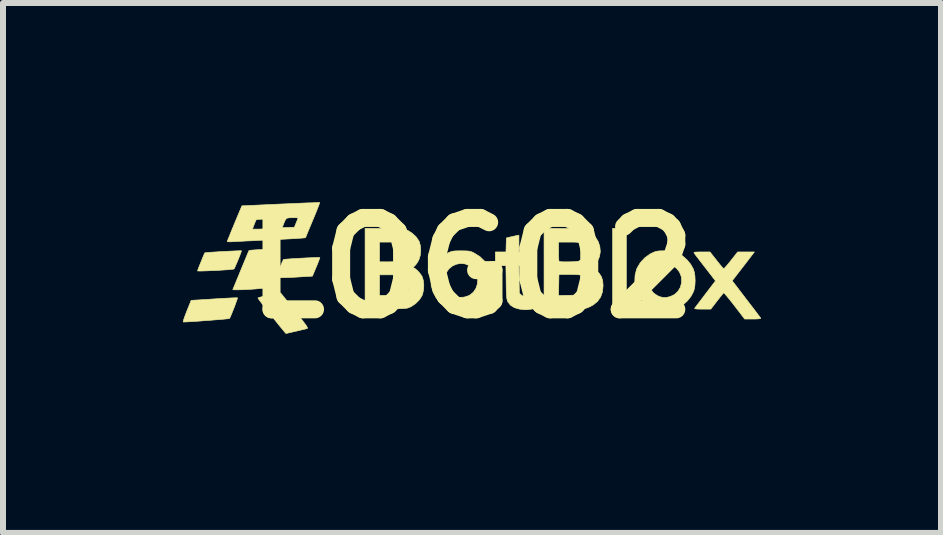
<source format=kicad_pcb>
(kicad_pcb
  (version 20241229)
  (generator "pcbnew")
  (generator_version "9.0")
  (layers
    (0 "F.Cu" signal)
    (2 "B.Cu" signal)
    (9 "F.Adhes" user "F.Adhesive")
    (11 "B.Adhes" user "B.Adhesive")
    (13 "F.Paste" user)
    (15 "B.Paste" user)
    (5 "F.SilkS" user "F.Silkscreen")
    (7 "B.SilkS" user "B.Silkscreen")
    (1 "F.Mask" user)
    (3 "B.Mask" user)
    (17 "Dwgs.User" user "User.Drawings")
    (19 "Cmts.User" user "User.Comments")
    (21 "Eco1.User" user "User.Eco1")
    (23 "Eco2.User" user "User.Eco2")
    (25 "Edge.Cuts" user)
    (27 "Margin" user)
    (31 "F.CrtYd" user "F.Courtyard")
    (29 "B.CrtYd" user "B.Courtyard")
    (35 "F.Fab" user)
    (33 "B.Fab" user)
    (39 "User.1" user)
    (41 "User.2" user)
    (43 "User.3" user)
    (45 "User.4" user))
  (footprint "LOGO2"
    (layer "F.Cu")
    (at 4.815 1.418)
    (property "Reference" "LOGO2" (at 0 0 0) (layer "F.SilkS") (effects (font (size 1.524 1.524) (thickness 0.3))))
    (attr through_hole)
    (fp_poly (pts (xy 2.578 0.686) (xy 2.349 0.686) (xy 2.349 -0.66) (xy 2.578 -0.66) (xy 2.578 0.686)) (stroke (width 0.01) (type solid)) (fill yes) (layer "F.SilkS"))
    (fp_poly (pts (xy -2.532 -0.174) (xy -2.535 -0.162) (xy -2.547 -0.13) (xy -2.564 -0.084) (xy -2.587 -0.028) (xy -2.592 -0.017) (xy -2.656 0.136) (xy -2.786 0.144) (xy -2.919 0.152) (xy -3.032 0.158) (xy -3.124 0.161) (xy -3.194 0.163) (xy -3.24 0.163) (xy -3.262 0.161) (xy -3.264 0.16) (xy -3.259 0.144) (xy -3.247 0.111) (xy -3.229 0.066) (xy -3.208 0.014) (xy -3.186 -0.038) (xy -3.166 -0.084) (xy -3.15 -0.12) (xy -3.14 -0.14) (xy -3.139 -0.141) (xy -3.125 -0.144) (xy -3.09 -0.147) (xy -3.038 -0.151) (xy -2.974 -0.156) (xy -2.901 -0.16) (xy -2.825 -0.164) (xy -2.75 -0.168) (xy -2.68 -0.171) (xy -2.618 -0.174) (xy -2.57 -0.175) (xy -2.54 -0.175) (xy -2.532 -0.174)) (stroke (width 0.01) (type solid)) (fill yes) (layer "F.SilkS"))
    (fp_poly (pts (xy -3.907 0.497) (xy -3.905 0.498) (xy -3.908 0.511) (xy -3.918 0.542) (xy -3.934 0.586) (xy -3.953 0.639) (xy -3.975 0.694) (xy -3.996 0.747) (xy -4.015 0.793) (xy -4.03 0.827) (xy -4.039 0.842) (xy -4.052 0.845) (xy -4.088 0.849) (xy -4.141 0.854) (xy -4.208 0.86) (xy -4.286 0.866) (xy -4.37 0.873) (xy -4.457 0.879) (xy -4.543 0.886) (xy -4.624 0.891) (xy -4.697 0.896) (xy -4.758 0.899) (xy -4.803 0.901) (xy -4.809 0.901) (xy -4.81 0.89) (xy -4.802 0.86) (xy -4.786 0.812) (xy -4.763 0.752) (xy -4.751 0.721) (xy -4.678 0.54) (xy -4.295 0.516) (xy -4.199 0.51) (xy -4.111 0.505) (xy -4.035 0.501) (xy -3.974 0.498) (xy -3.93 0.497) (xy -3.907 0.497)) (stroke (width 0.01) (type solid)) (fill yes) (layer "F.SilkS"))
    (fp_poly (pts (xy 0.787 -0.267) (xy 1.016 -0.267) (xy 1.016 -0.038) (xy 0.786 -0.038) (xy 0.794 0.421) (xy 0.829 0.452) (xy 0.856 0.47) (xy 0.888 0.48) (xy 0.934 0.483) (xy 0.941 0.483) (xy 1.016 0.483) (xy 1.016 0.682) (xy 0.968 0.69) (xy 0.925 0.696) (xy 0.884 0.696) (xy 0.834 0.691) (xy 0.788 0.684) (xy 0.71 0.661) (xy 0.648 0.622) (xy 0.605 0.569) (xy 0.602 0.563) (xy 0.594 0.544) (xy 0.588 0.521) (xy 0.583 0.491) (xy 0.58 0.451) (xy 0.577 0.395) (xy 0.575 0.321) (xy 0.574 0.238) (xy 0.57 -0.038) (xy 0.394 -0.038) (xy 0.394 -0.267) (xy 0.571 -0.267) (xy 0.578 -0.5) (xy 0.637 -0.515) (xy 0.684 -0.526) (xy 0.73 -0.536) (xy 0.742 -0.539) (xy 0.787 -0.547) (xy 0.787 -0.267)) (stroke (width 0.01) (type solid)) (fill yes) (layer "F.SilkS"))
    (fp_poly (pts (xy -3.839 -0.287) (xy -3.842 -0.274) (xy -3.853 -0.244) (xy -3.869 -0.201) (xy -3.889 -0.152) (xy -3.91 -0.1) (xy -3.931 -0.052) (xy -3.948 -0.013) (xy -3.959 0.011) (xy -3.963 0.016) (xy -3.977 0.02) (xy -4.012 0.024) (xy -4.064 0.029) (xy -4.128 0.033) (xy -4.199 0.038) (xy -4.275 0.042) (xy -4.35 0.045) (xy -4.421 0.048) (xy -4.482 0.05) (xy -4.531 0.051) (xy -4.562 0.05) (xy -4.572 0.048) (xy -4.567 0.034) (xy -4.555 0.001) (xy -4.538 -0.043) (xy -4.517 -0.094) (xy -4.496 -0.146) (xy -4.477 -0.193) (xy -4.461 -0.23) (xy -4.451 -0.251) (xy -4.45 -0.253) (xy -4.436 -0.255) (xy -4.402 -0.258) (xy -4.35 -0.262) (xy -4.286 -0.266) (xy -4.214 -0.271) (xy -4.138 -0.275) (xy -4.063 -0.279) (xy -3.992 -0.282) (xy -3.929 -0.285) (xy -3.88 -0.287) (xy -3.849 -0.287) (xy -3.839 -0.287)) (stroke (width 0.01) (type solid)) (fill yes) (layer "F.SilkS"))
    (fp_poly (pts (xy -3.229 -0.319) (xy -3.212 -0.316) (xy -3.205 -0.311) (xy -3.205 -0.304) (xy -3.206 -0.298) (xy -3.213 -0.28) (xy -3.227 -0.242) (xy -3.249 -0.187) (xy -3.277 -0.119) (xy -3.308 -0.041) (xy -3.338 0.032) (xy -3.463 0.337) (xy -3.544 0.344) (xy -3.609 0.35) (xy -3.679 0.355) (xy -3.751 0.359) (xy -3.82 0.362) (xy -3.882 0.364) (xy -3.933 0.364) (xy -3.969 0.363) (xy -3.984 0.361) (xy -3.984 0.36) (xy -3.978 0.346) (xy -3.963 0.311) (xy -3.942 0.26) (xy -3.915 0.194) (xy -3.883 0.117) (xy -3.849 0.033) (xy -3.848 0.032) (xy -3.814 -0.052) (xy -3.782 -0.128) (xy -3.755 -0.194) (xy -3.734 -0.245) (xy -3.719 -0.278) (xy -3.713 -0.292) (xy -3.713 -0.292) (xy -3.699 -0.294) (xy -3.663 -0.298) (xy -3.61 -0.302) (xy -3.544 -0.306) (xy -3.468 -0.31) (xy -3.453 -0.311) (xy -3.367 -0.315) (xy -3.303 -0.318) (xy -3.258 -0.319) (xy -3.229 -0.319)) (stroke (width 0.01) (type solid)) (fill yes) (layer "F.SilkS"))
    (fp_poly (pts (xy -3.187 0.416) (xy -3.177 0.428) (xy -3.153 0.457) (xy -3.118 0.501) (xy -3.073 0.557) (xy -3.021 0.623) (xy -2.963 0.696) (xy -2.949 0.714) (xy -2.88 0.8) (xy -2.827 0.868) (xy -2.787 0.921) (xy -2.759 0.959) (xy -2.743 0.986) (xy -2.737 1.001) (xy -2.739 1.008) (xy -2.74 1.008) (xy -2.764 1.015) (xy -2.805 1.025) (xy -2.857 1.037) (xy -2.915 1.051) (xy -2.972 1.064) (xy -3.025 1.076) (xy -3.067 1.086) (xy -3.092 1.091) (xy -3.097 1.092) (xy -3.107 1.082) (xy -3.13 1.055) (xy -3.165 1.012) (xy -3.21 0.958) (xy -3.262 0.893) (xy -3.32 0.821) (xy -3.338 0.798) (xy -3.397 0.724) (xy -3.449 0.656) (xy -3.494 0.598) (xy -3.53 0.551) (xy -3.554 0.517) (xy -3.564 0.501) (xy -3.564 0.499) (xy -3.549 0.493) (xy -3.514 0.483) (xy -3.466 0.471) (xy -3.409 0.458) (xy -3.35 0.444) (xy -3.293 0.432) (xy -3.243 0.423) (xy -3.206 0.417) (xy -3.188 0.416) (xy -3.187 0.416)) (stroke (width 0.01) (type solid)) (fill yes) (layer "F.SilkS"))
    (fp_poly (pts (xy -0.112 -0.285) (xy -0.066 -0.283) (xy -0.031 -0.278) (xy -0.001 -0.269) (xy 0.031 -0.255) (xy 0.038 -0.251) (xy 0.137 -0.189) (xy 0.217 -0.112) (xy 0.276 -0.021) (xy 0.313 0.081) (xy 0.328 0.193) (xy 0.326 0.251) (xy 0.306 0.361) (xy 0.265 0.46) (xy 0.204 0.546) (xy 0.127 0.615) (xy 0.036 0.668) (xy -0.068 0.7) (xy -0.182 0.71) (xy -0.182 0.71) (xy -0.237 0.708) (xy -0.289 0.701) (xy -0.324 0.693) (xy -0.431 0.647) (xy -0.52 0.583) (xy -0.592 0.501) (xy -0.644 0.404) (xy -0.675 0.293) (xy -0.682 0.183) (xy -0.681 0.175) (xy -0.453 0.175) (xy -0.45 0.255) (xy -0.426 0.331) (xy -0.382 0.398) (xy -0.323 0.45) (xy -0.273 0.476) (xy -0.203 0.49) (xy -0.127 0.486) (xy -0.055 0.463) (xy -0.031 0.451) (xy 0.028 0.403) (xy 0.07 0.34) (xy 0.094 0.268) (xy 0.1 0.192) (xy 0.086 0.117) (xy 0.053 0.047) (xy 0.019 0.006) (xy -0.045 -0.042) (xy -0.115 -0.069) (xy -0.188 -0.075) (xy -0.259 -0.062) (xy -0.325 -0.031) (xy -0.381 0.016) (xy -0.424 0.078) (xy -0.45 0.153) (xy -0.453 0.175) (xy -0.681 0.175) (xy -0.665 0.077) (xy -0.627 -0.023) (xy -0.568 -0.113) (xy -0.491 -0.19) (xy -0.398 -0.249) (xy -0.397 -0.25) (xy -0.363 -0.266) (xy -0.333 -0.276) (xy -0.3 -0.282) (xy -0.257 -0.285) (xy -0.197 -0.286) (xy -0.178 -0.286) (xy -0.112 -0.285)) (stroke (width 0.01) (type solid)) (fill yes) (layer "F.SilkS"))
    (fp_poly (pts (xy 4.083 -0.127) (xy 4.123 -0.077) (xy 4.158 -0.034) (xy 4.185 -0.004) (xy 4.2 0.012) (xy 4.202 0.013) (xy 4.213 0.003) (xy 4.237 -0.023) (xy 4.27 -0.061) (xy 4.309 -0.109) (xy 4.323 -0.127) (xy 4.434 -0.267) (xy 4.713 -0.267) (xy 4.608 -0.13) (xy 4.56 -0.067) (xy 4.508 -0.000026) (xy 4.459 0.063) (xy 4.423 0.11) (xy 4.343 0.213) (xy 4.577 0.519) (xy 4.636 0.596) (xy 4.69 0.666) (xy 4.737 0.728) (xy 4.775 0.779) (xy 4.803 0.815) (xy 4.817 0.835) (xy 4.819 0.837) (xy 4.813 0.844) (xy 4.783 0.848) (xy 4.73 0.851) (xy 4.689 0.851) (xy 4.551 0.851) (xy 4.381 0.63) (xy 4.331 0.566) (xy 4.286 0.51) (xy 4.248 0.464) (xy 4.22 0.432) (xy 4.204 0.416) (xy 4.201 0.414) (xy 4.19 0.426) (xy 4.167 0.454) (xy 4.135 0.494) (xy 4.097 0.543) (xy 4.089 0.553) (xy 3.986 0.686) (xy 3.846 0.686) (xy 3.783 0.685) (xy 3.743 0.683) (xy 3.721 0.679) (xy 3.716 0.673) (xy 3.718 0.67) (xy 3.729 0.655) (xy 3.753 0.624) (xy 3.787 0.579) (xy 3.83 0.523) (xy 3.878 0.459) (xy 3.897 0.434) (xy 4.064 0.215) (xy 3.896 -0.003) (xy 3.845 -0.069) (xy 3.799 -0.128) (xy 3.76 -0.179) (xy 3.731 -0.217) (xy 3.714 -0.24) (xy 3.711 -0.244) (xy 3.705 -0.254) (xy 3.708 -0.26) (xy 3.722 -0.264) (xy 3.753 -0.266) (xy 3.804 -0.267) (xy 3.834 -0.267) (xy 3.973 -0.267) (xy 4.083 -0.127)) (stroke (width 0.01) (type solid)) (fill yes) (layer "F.SilkS"))
    (fp_poly (pts (xy 3.29 -0.285) (xy 3.335 -0.283) (xy 3.369 -0.279) (xy 3.398 -0.27) (xy 3.429 -0.256) (xy 3.449 -0.245) (xy 3.522 -0.197) (xy 3.591 -0.134) (xy 3.65 -0.063) (xy 3.691 0.009) (xy 3.696 0.022) (xy 3.712 0.072) (xy 3.721 0.126) (xy 3.724 0.192) (xy 3.725 0.21) (xy 3.722 0.28) (xy 3.715 0.335) (xy 3.701 0.386) (xy 3.696 0.397) (xy 3.655 0.475) (xy 3.595 0.55) (xy 3.522 0.615) (xy 3.445 0.663) (xy 3.4 0.683) (xy 3.361 0.696) (xy 3.319 0.703) (xy 3.263 0.706) (xy 3.246 0.707) (xy 3.187 0.707) (xy 3.13 0.704) (xy 3.086 0.699) (xy 3.077 0.697) (xy 3.021 0.676) (xy 2.958 0.64) (xy 2.895 0.594) (xy 2.841 0.543) (xy 2.816 0.514) (xy 2.766 0.429) (xy 2.734 0.332) (xy 2.719 0.228) (xy 2.72 0.2) (xy 2.946 0.2) (xy 2.955 0.284) (xy 2.984 0.357) (xy 3.033 0.418) (xy 3.101 0.464) (xy 3.15 0.483) (xy 3.202 0.493) (xy 3.258 0.489) (xy 3.311 0.476) (xy 3.381 0.443) (xy 3.437 0.391) (xy 3.477 0.326) (xy 3.498 0.25) (xy 3.498 0.169) (xy 3.492 0.138) (xy 3.463 0.066) (xy 3.414 0.005) (xy 3.351 -0.042) (xy 3.277 -0.07) (xy 3.221 -0.076) (xy 3.152 -0.065) (xy 3.085 -0.036) (xy 3.026 0.008) (xy 2.982 0.062) (xy 2.96 0.11) (xy 2.946 0.2) (xy 2.72 0.2) (xy 2.723 0.124) (xy 2.747 0.027) (xy 2.759 -0.002) (xy 2.813 -0.092) (xy 2.887 -0.171) (xy 2.973 -0.233) (xy 2.995 -0.244) (xy 3.033 -0.262) (xy 3.064 -0.274) (xy 3.096 -0.281) (xy 3.135 -0.285) (xy 3.189 -0.286) (xy 3.226 -0.286) (xy 3.29 -0.285)) (stroke (width 0.01) (type solid)) (fill yes) (layer "F.SilkS"))
    (fp_poly (pts (xy -2.534 -1.09) (xy -2.538 -1.078) (xy -2.55 -1.045) (xy -2.569 -0.996) (xy -2.594 -0.932) (xy -2.624 -0.859) (xy -2.649 -0.8) (xy -2.682 -0.72) (xy -2.712 -0.649) (xy -2.737 -0.588) (xy -2.756 -0.541) (xy -2.768 -0.513) (xy -2.771 -0.505) (xy -2.784 -0.503) (xy -2.82 -0.499) (xy -2.876 -0.495) (xy -2.95 -0.49) (xy -3.038 -0.485) (xy -3.139 -0.48) (xy -3.249 -0.474) (xy -3.321 -0.471) (xy -3.441 -0.465) (xy -3.557 -0.46) (xy -3.665 -0.454) (xy -3.763 -0.45) (xy -3.846 -0.445) (xy -3.913 -0.442) (xy -3.959 -0.439) (xy -3.972 -0.439) (xy -4.02 -0.436) (xy -4.056 -0.437) (xy -4.075 -0.439) (xy -4.077 -0.441) (xy -4.072 -0.454) (xy -4.059 -0.488) (xy -4.038 -0.539) (xy -4.012 -0.604) (xy -3.994 -0.648) (xy -3.657 -0.648) (xy -3.557 -0.648) (xy -3.498 -0.65) (xy -3.463 -0.655) (xy -3.451 -0.664) (xy -3.447 -0.672) (xy -3.161 -0.672) (xy -3.059 -0.676) (xy -2.957 -0.679) (xy -2.926 -0.755) (xy -2.91 -0.794) (xy -2.899 -0.823) (xy -2.896 -0.834) (xy -2.907 -0.836) (xy -2.938 -0.838) (xy -2.982 -0.838) (xy -2.989 -0.838) (xy -3.041 -0.837) (xy -3.074 -0.832) (xy -3.096 -0.817) (xy -3.114 -0.788) (xy -3.134 -0.74) (xy -3.134 -0.739) (xy -3.161 -0.672) (xy -3.447 -0.672) (xy -3.443 -0.684) (xy -3.429 -0.718) (xy -3.418 -0.746) (xy -3.391 -0.813) (xy -3.491 -0.813) (xy -3.55 -0.811) (xy -3.586 -0.805) (xy -3.598 -0.797) (xy -3.606 -0.777) (xy -3.62 -0.742) (xy -3.631 -0.714) (xy -3.657 -0.648) (xy -3.994 -0.648) (xy -3.981 -0.678) (xy -3.955 -0.743) (xy -3.832 -1.036) (xy -3.185 -1.066) (xy -3.06 -1.071) (xy -2.942 -1.076) (xy -2.835 -1.081) (xy -2.74 -1.085) (xy -2.66 -1.087) (xy -2.598 -1.09) (xy -2.556 -1.091) (xy -2.535 -1.091) (xy -2.534 -1.09)) (stroke (width 0.01) (type solid)) (fill yes) (layer "F.SilkS"))
    (fp_poly (pts (xy 1.534 -0.658) (xy 1.634 -0.657) (xy 1.713 -0.655) (xy 1.774 -0.653) (xy 1.819 -0.651) (xy 1.853 -0.647) (xy 1.878 -0.642) (xy 1.899 -0.635) (xy 1.918 -0.627) (xy 1.999 -0.578) (xy 2.063 -0.514) (xy 2.109 -0.44) (xy 2.136 -0.359) (xy 2.144 -0.274) (xy 2.131 -0.191) (xy 2.096 -0.111) (xy 2.063 -0.066) (xy 2.017 -0.012) (xy 2.076 0.04) (xy 2.13 0.095) (xy 2.165 0.151) (xy 2.184 0.215) (xy 2.19 0.294) (xy 2.19 0.298) (xy 2.18 0.399) (xy 2.149 0.485) (xy 2.097 0.558) (xy 2.024 0.617) (xy 1.97 0.646) (xy 1.948 0.656) (xy 1.928 0.664) (xy 1.906 0.67) (xy 1.879 0.674) (xy 1.843 0.677) (xy 1.796 0.679) (xy 1.733 0.681) (xy 1.651 0.682) (xy 1.553 0.683) (xy 1.206 0.687) (xy 1.206 0.459) (xy 1.447 0.459) (xy 1.652 0.455) (xy 1.856 0.451) (xy 1.899 0.404) (xy 1.937 0.349) (xy 1.951 0.294) (xy 1.941 0.234) (xy 1.933 0.212) (xy 1.914 0.176) (xy 1.893 0.149) (xy 1.864 0.131) (xy 1.824 0.119) (xy 1.769 0.112) (xy 1.696 0.109) (xy 1.638 0.108) (xy 1.454 0.108) (xy 1.451 0.283) (xy 1.447 0.459) (xy 1.206 0.459) (xy 1.206 -0.432) (xy 1.448 -0.432) (xy 1.448 -0.275) (xy 1.448 -0.214) (xy 1.45 -0.163) (xy 1.453 -0.127) (xy 1.456 -0.11) (xy 1.456 -0.11) (xy 1.473 -0.106) (xy 1.509 -0.103) (xy 1.559 -0.102) (xy 1.615 -0.102) (xy 1.672 -0.104) (xy 1.724 -0.106) (xy 1.765 -0.111) (xy 1.787 -0.115) (xy 1.84 -0.147) (xy 1.876 -0.191) (xy 1.896 -0.244) (xy 1.897 -0.299) (xy 1.878 -0.351) (xy 1.841 -0.395) (xy 1.83 -0.403) (xy 1.81 -0.415) (xy 1.79 -0.423) (xy 1.763 -0.428) (xy 1.724 -0.431) (xy 1.669 -0.432) (xy 1.617 -0.432) (xy 1.448 -0.432) (xy 1.206 -0.432) (xy 1.206 -0.662) (xy 1.534 -0.658)) (stroke (width 0.01) (type solid)) (fill yes) (layer "F.SilkS"))
    (fp_poly (pts (xy -1.451 -0.658) (xy -1.351 -0.657) (xy -1.273 -0.655) (xy -1.213 -0.654) (xy -1.169 -0.651) (xy -1.136 -0.648) (xy -1.111 -0.643) (xy -1.09 -0.636) (xy -1.071 -0.628) (xy -1.061 -0.623) (xy -0.992 -0.579) (xy -0.93 -0.522) (xy -0.885 -0.458) (xy -0.875 -0.44) (xy -0.856 -0.372) (xy -0.85 -0.293) (xy -0.857 -0.212) (xy -0.879 -0.141) (xy -0.884 -0.13) (xy -0.908 -0.088) (xy -0.935 -0.051) (xy -0.95 -0.036) (xy -0.971 -0.016) (xy -0.971 -0.005) (xy -0.967 -0.003) (xy -0.936 0.016) (xy -0.899 0.049) (xy -0.863 0.09) (xy -0.834 0.131) (xy -0.826 0.145) (xy -0.807 0.207) (xy -0.799 0.283) (xy -0.803 0.361) (xy -0.818 0.434) (xy -0.83 0.464) (xy -0.873 0.531) (xy -0.935 0.593) (xy -1.007 0.642) (xy -1.027 0.652) (xy -1.046 0.66) (xy -1.066 0.667) (xy -1.091 0.672) (xy -1.123 0.675) (xy -1.166 0.678) (xy -1.224 0.68) (xy -1.299 0.682) (xy -1.395 0.683) (xy -1.432 0.684) (xy -1.778 0.688) (xy -1.778 0.114) (xy -1.537 0.114) (xy -1.537 0.457) (xy -1.348 0.457) (xy -1.274 0.457) (xy -1.221 0.456) (xy -1.183 0.453) (xy -1.157 0.448) (xy -1.137 0.441) (xy -1.119 0.43) (xy -1.116 0.428) (xy -1.074 0.391) (xy -1.05 0.345) (xy -1.042 0.285) (xy -1.042 0.275) (xy -1.044 0.236) (xy -1.054 0.207) (xy -1.076 0.179) (xy -1.091 0.164) (xy -1.14 0.114) (xy -1.537 0.114) (xy -1.778 0.114) (xy -1.778 -0.432) (xy -1.537 -0.432) (xy -1.537 -0.102) (xy -1.387 -0.102) (xy -1.324 -0.104) (xy -1.265 -0.108) (xy -1.219 -0.113) (xy -1.194 -0.118) (xy -1.147 -0.147) (xy -1.113 -0.192) (xy -1.095 -0.247) (xy -1.095 -0.307) (xy -1.111 -0.356) (xy -1.13 -0.384) (xy -1.154 -0.405) (xy -1.188 -0.419) (xy -1.235 -0.427) (xy -1.301 -0.431) (xy -1.371 -0.432) (xy -1.537 -0.432) (xy -1.778 -0.432) (xy -1.778 -0.662) (xy -1.451 -0.658)) (stroke (width 0.01) (type solid)) (fill yes) (layer "F.SilkS")))
  (gr_rect
    (start -3 -3)
    (end 12.639 5.836)
    (stroke (width 0.1) (type default))
    (fill no)
    (layer "Edge.Cuts")))
</source>
